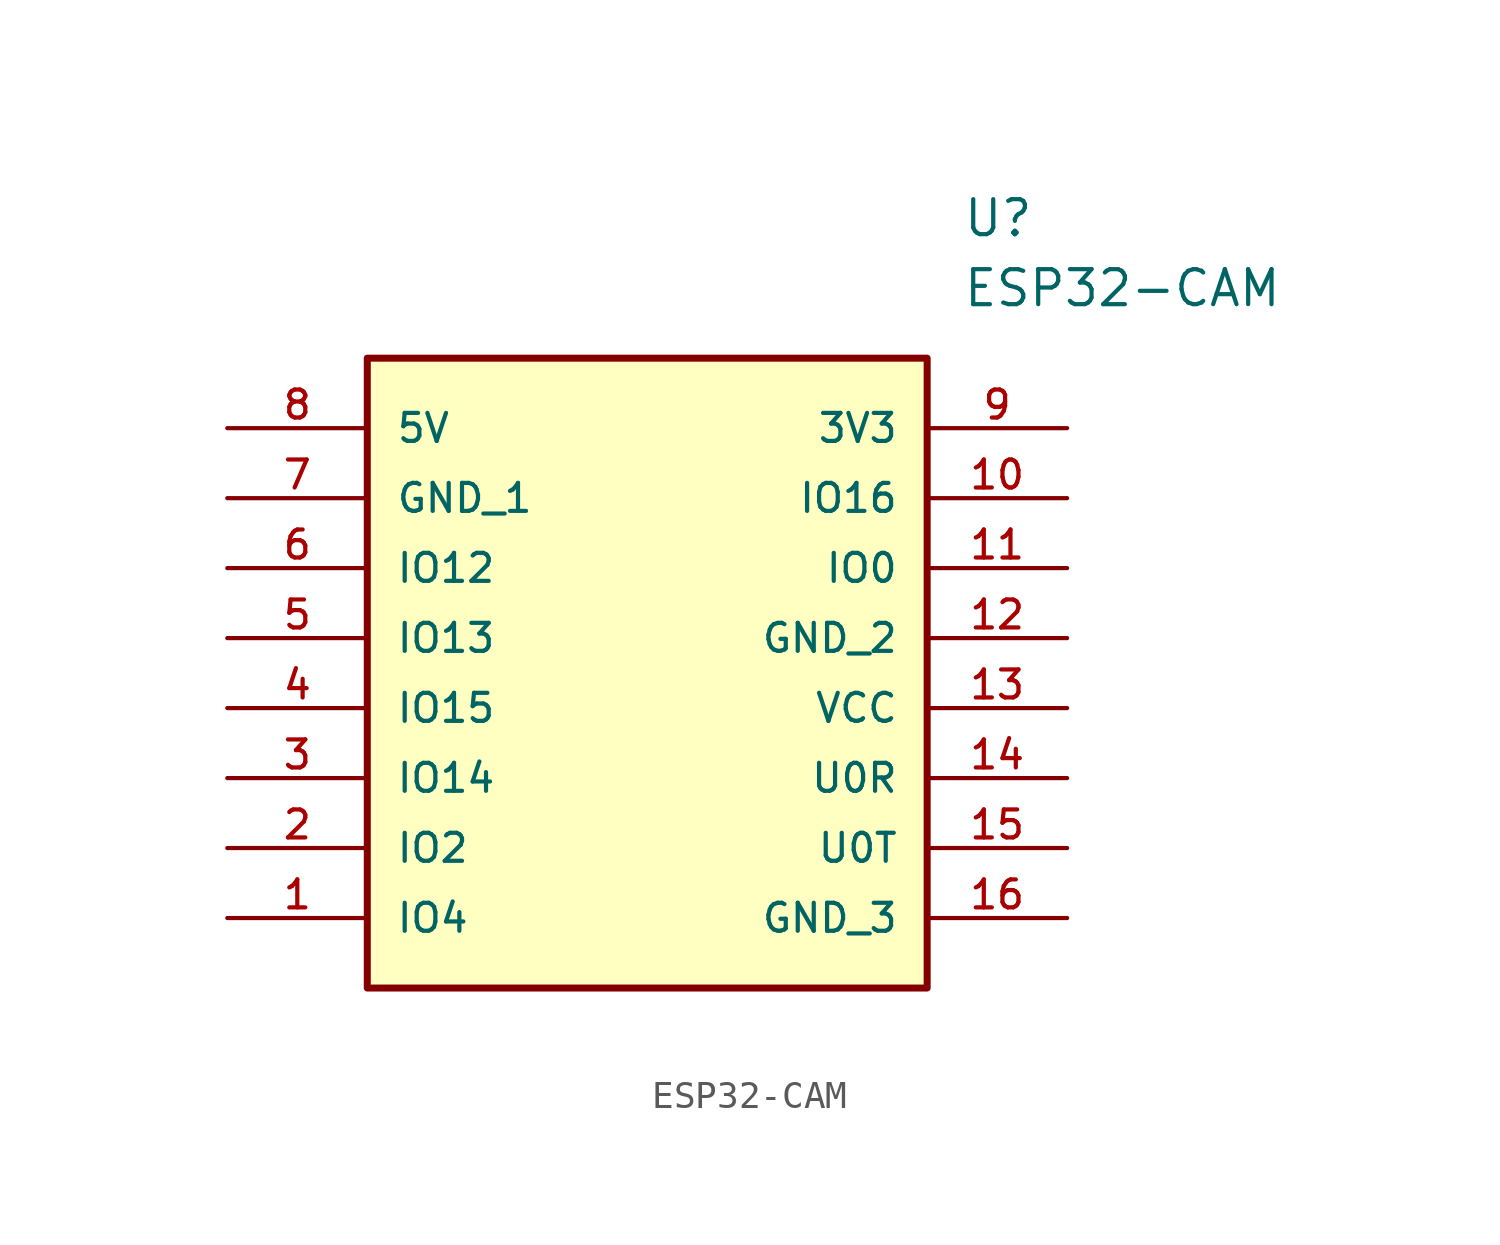
<source format=kicad_sym>
(kicad_symbol_lib
  (version 20211014)
  (generator kicad_symbol_editor)
  (symbol "ESP32-CAM"
    (pin_names
      (offset 1.016))
    (property "Reference" "U"
      (at 26.67 7.62 0)
      (effects (font (size 1.27 1.27)) (justify left)))
    (property "Value" "ESP32-CAM"
      (at 26.67 5.08 0)
      (effects (font (size 1.27 1.27)) (justify left)))
    (symbol "ESP32-CAM_0_0"
      (rectangle (start 5.08 -20.32) (end 25.4 2.54) (stroke (width 0.254)) (fill (type background)))
      (pin bidirectional line (at 0.0 -17.78 0) (length 5.08) (name "IO4" (effects (font (size 1.016 1.016)))) (number "1" (effects (font (size 1.016 1.016)))))
      (pin bidirectional line (at 0.0 -15.24 0) (length 5.08) (name "IO2" (effects (font (size 1.016 1.016)))) (number "2" (effects (font (size 1.016 1.016)))))
      (pin bidirectional line (at 0.0 -12.7 0) (length 5.08) (name "IO14" (effects (font (size 1.016 1.016)))) (number "3" (effects (font (size 1.016 1.016)))))
      (pin bidirectional line (at 0.0 -10.16 0) (length 5.08) (name "IO15" (effects (font (size 1.016 1.016)))) (number "4" (effects (font (size 1.016 1.016)))))
      (pin bidirectional line (at 0.0 -7.62 0) (length 5.08) (name "IO13" (effects (font (size 1.016 1.016)))) (number "5" (effects (font (size 1.016 1.016)))))
      (pin bidirectional line (at 0.0 -5.08 0) (length 5.08) (name "IO12" (effects (font (size 1.016 1.016)))) (number "6" (effects (font (size 1.016 1.016)))))
      (pin bidirectional line (at 0.0 -2.54 0) (length 5.08) (name "GND_1" (effects (font (size 1.016 1.016)))) (number "7" (effects (font (size 1.016 1.016)))))
      (pin bidirectional line (at 0.0 0.0 0) (length 5.08) (name "5V" (effects (font (size 1.016 1.016)))) (number "8" (effects (font (size 1.016 1.016)))))
      (pin bidirectional line (at 30.48 0.0 180.0) (length 5.08) (name "3V3" (effects (font (size 1.016 1.016)))) (number "9" (effects (font (size 1.016 1.016)))))
      (pin bidirectional line (at 30.48 -2.54 180.0) (length 5.08) (name "IO16" (effects (font (size 1.016 1.016)))) (number "10" (effects (font (size 1.016 1.016)))))
      (pin bidirectional line (at 30.48 -5.08 180.0) (length 5.08) (name "IO0" (effects (font (size 1.016 1.016)))) (number "11" (effects (font (size 1.016 1.016)))))
      (pin bidirectional line (at 30.48 -7.62 180.0) (length 5.08) (name "GND_2" (effects (font (size 1.016 1.016)))) (number "12" (effects (font (size 1.016 1.016)))))
      (pin bidirectional line (at 30.48 -10.16 180.0) (length 5.08) (name "VCC" (effects (font (size 1.016 1.016)))) (number "13" (effects (font (size 1.016 1.016)))))
      (pin bidirectional line (at 30.48 -12.7 180.0) (length 5.08) (name "U0R" (effects (font (size 1.016 1.016)))) (number "14" (effects (font (size 1.016 1.016)))))
      (pin bidirectional line (at 30.48 -15.24 180.0) (length 5.08) (name "U0T" (effects (font (size 1.016 1.016)))) (number "15" (effects (font (size 1.016 1.016)))))
      (pin bidirectional line (at 30.48 -17.78 180.0) (length 5.08) (name "GND_3" (effects (font (size 1.016 1.016)))) (number "16" (effects (font (size 1.016 1.016))))))))
</source>
